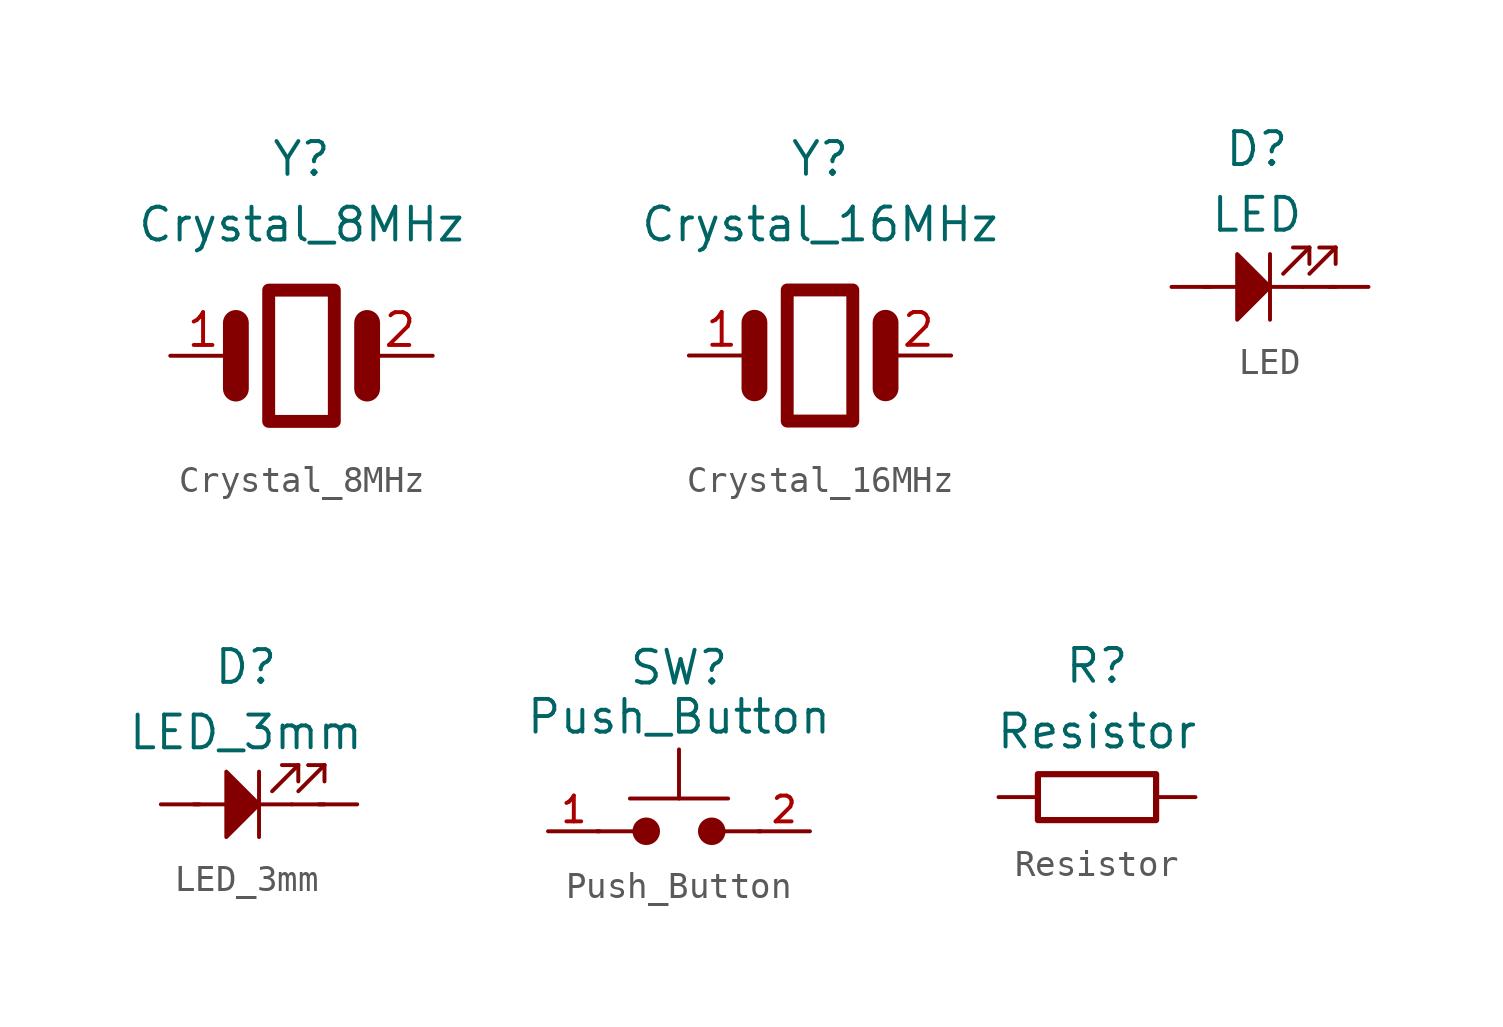
<source format=kicad_sym>
(kicad_symbol_lib
  (version 20211014)
  (generator kicad_symbol_editor)
  (symbol "Crystal_8MHz"
    (property "Reference" "Y"
      (at 0 7.62 0)
      (effects (font (size 1.27 1.27))))
    (property "Value" "Crystal_8MHz"
      (at 0 5.08 0)
      (effects (font (size 1.27 1.27))))
    (symbol "Crystal_8MHz_0_1"
      (rectangle (start -1.27 2.54) (end 1.27 -2.54) (stroke (width 0.5) (type default) (color 0 0 0 0)) (fill (type none)))
      (polyline (pts (xy -2.54 1.27) (xy -2.54 -1.27)) (stroke (width 1) (type default) (color 0 0 0 0)) (fill (type none)))
      (polyline (pts (xy 2.54 1.27) (xy 2.54 -1.27)) (stroke (width 1) (type default) (color 0 0 0 0)) (fill (type none))))
    (symbol "Crystal_8MHz_1_1"
      (pin passive line (at -5.08 0 0) (length 2.54) (name "" (effects (font (size 1.27 1.27)))) (number "1" (effects (font (size 1.27 1.27)))))
      (pin passive line (at 5.08 0 180) (length 2.54) (name "" (effects (font (size 1.27 1.27)))) (number "2" (effects (font (size 1.27 1.27)))))))
  (symbol "Crystal_16MHz"
    (property "Reference" "Y"
      (at 0 7.62 0)
      (effects (font (size 1.27 1.27))))
    (property "Value" "Crystal_16MHz"
      (at 0 5.08 0)
      (effects (font (size 1.27 1.27))))
    (symbol "Crystal_16MHz_0_1"
      (rectangle (start -1.27 2.54) (end 1.27 -2.54) (stroke (width 0.5) (type default) (color 0 0 0 0)) (fill (type none)))
      (polyline (pts (xy -2.54 1.27) (xy -2.54 -1.27)) (stroke (width 1) (type default) (color 0 0 0 0)) (fill (type none)))
      (polyline (pts (xy 2.54 1.27) (xy 2.54 -1.27)) (stroke (width 1) (type default) (color 0 0 0 0)) (fill (type none))))
    (symbol "Crystal_16MHz_1_1"
      (pin passive line (at -5.08 0 0) (length 2.54) (name "" (effects (font (size 1.27 1.27)))) (number "1" (effects (font (size 1.27 1.27)))))
      (pin passive line (at 5.08 0 180) (length 2.54) (name "" (effects (font (size 1.27 1.27)))) (number "2" (effects (font (size 1.27 1.27)))))))
  (symbol "LED"
    (property "Reference" "D"
      (at -0.508 5.334 0)
      (effects (font (size 1.27 1.27))))
    (property "Value" "LED"
      (at -0.508 2.794 0)
      (effects (font (size 1.27 1.27))))
    (symbol "LED_0_1"
      (polyline (pts (xy -1.27 0) (xy -2.54 0)) (stroke (width 0) (type default) (color 0 0 0 0)) (fill (type none)))
      (polyline (pts (xy 0 1.27) (xy 0 -1.27)) (stroke (width 0) (type default) (color 0 0 0 0)) (fill (type none)))
      (polyline (pts (xy 0.508 0.508) (xy 1.524 1.524)) (stroke (width 0) (type default) (color 0 0 0 0)) (fill (type none)))
      (polyline (pts (xy 1.27 0) (xy 2.54 0)) (stroke (width 0) (type default) (color 0 0 0 0)) (fill (type none)))
      (polyline (pts (xy 1.524 0.508) (xy 2.54 1.524)) (stroke (width 0) (type default) (color 0 0 0 0)) (fill (type none)))
      (polyline (pts (xy 1.524 1.524) (xy 0.889 1.524)) (stroke (width 0) (type default) (color 0 0 0 0)) (fill (type none)))
      (polyline (pts (xy 1.524 1.524) (xy 1.524 0.889)) (stroke (width 0) (type default) (color 0 0 0 0)) (fill (type none)))
      (polyline (pts (xy 2.54 1.524) (xy 1.905 1.524)) (stroke (width 0) (type default) (color 0 0 0 0)) (fill (type none)))
      (polyline (pts (xy 2.54 1.524) (xy 2.54 0.889)) (stroke (width 0) (type default) (color 0 0 0 0)) (fill (type none)))
      (polyline (pts (xy 0 0) (xy -1.27 -1.27) (xy -1.27 1.27) (xy 0 0) (xy 1.27 0)) (stroke (width 0) (type default) (color 0 0 0 0)) (fill (type outline))))
    (symbol "LED_1_1"
      (pin passive line (at 3.81 0 180) (length 1.5) (name "~" (effects (font (size 1.27 1.27)))) (number "1" (effects (font (size 0 0)))))
      (pin passive line (at -3.81 0 0) (length 1.5) (name "" (effects (font (size 1.27 1.27)))) (number "2" (effects (font (size 0 0)))))))
  (symbol "LED_3mm"
    (property "Reference" "D"
      (at -0.508 5.334 0)
      (effects (font (size 1.27 1.27))))
    (property "Value" "LED_3mm"
      (at -0.508 2.794 0)
      (effects (font (size 1.27 1.27))))
    (symbol "LED_3mm_0_1"
      (polyline (pts (xy -1.27 0) (xy -2.54 0)) (stroke (width 0) (type default) (color 0 0 0 0)) (fill (type none)))
      (polyline (pts (xy 0 1.27) (xy 0 -1.27)) (stroke (width 0) (type default) (color 0 0 0 0)) (fill (type none)))
      (polyline (pts (xy 0.508 0.508) (xy 1.524 1.524)) (stroke (width 0) (type default) (color 0 0 0 0)) (fill (type none)))
      (polyline (pts (xy 1.27 0) (xy 2.54 0)) (stroke (width 0) (type default) (color 0 0 0 0)) (fill (type none)))
      (polyline (pts (xy 1.524 0.508) (xy 2.54 1.524)) (stroke (width 0) (type default) (color 0 0 0 0)) (fill (type none)))
      (polyline (pts (xy 1.524 1.524) (xy 0.889 1.524)) (stroke (width 0) (type default) (color 0 0 0 0)) (fill (type none)))
      (polyline (pts (xy 1.524 1.524) (xy 1.524 0.889)) (stroke (width 0) (type default) (color 0 0 0 0)) (fill (type none)))
      (polyline (pts (xy 2.54 1.524) (xy 1.905 1.524)) (stroke (width 0) (type default) (color 0 0 0 0)) (fill (type none)))
      (polyline (pts (xy 2.54 1.524) (xy 2.54 0.889)) (stroke (width 0) (type default) (color 0 0 0 0)) (fill (type none)))
      (polyline (pts (xy 0 0) (xy -1.27 -1.27) (xy -1.27 1.27) (xy 0 0) (xy 1.27 0)) (stroke (width 0) (type default) (color 0 0 0 0)) (fill (type outline))))
    (symbol "LED_3mm_1_1"
      (pin passive line (at 3.81 0 180) (length 1.5) (name "~" (effects (font (size 1.27 1.27)))) (number "1" (effects (font (size 0 0)))))
      (pin passive line (at -3.81 0 0) (length 1.5) (name "" (effects (font (size 1.27 1.27)))) (number "2" (effects (font (size 0 0)))))))
  (symbol "Push_Button"
    (property "Reference" "SW"
      (at 0 6.35 0)
      (effects (font (size 1.27 1.27))))
    (property "Value" "Push_Button"
      (at 0 4.445 0)
      (effects (font (size 1.27 1.27))))
    (symbol "Push_Button_0_1"
      (circle (center -1.27 0) (radius 0.458) (stroke (width 0) (type default) (color 0 0 0 0)) (fill (type outline)))
      (polyline (pts (xy -3.175 0) (xy -1.778 0)) (stroke (width 0) (type default) (color 0 0 0 0)) (fill (type none)))
      (polyline (pts (xy -1.905 1.27) (xy 1.905 1.27)) (stroke (width 0) (type default) (color 0 0 0 0)) (fill (type none)))
      (polyline (pts (xy 0 1.27) (xy 0 3.175)) (stroke (width 0) (type default) (color 0 0 0 0)) (fill (type none)))
      (polyline (pts (xy 1.778 0) (xy 3.175 0)) (stroke (width 0) (type default) (color 0 0 0 0)) (fill (type none)))
      (circle (center 1.27 0) (radius 0.458) (stroke (width 0) (type default) (color 0 0 0 0)) (fill (type outline))))
    (symbol "Push_Button_1_1"
      (pin passive line (at -5.08 0 0) (length 2) (name "" (effects (font (size 1.27 1.27)))) (number "1" (effects (font (size 1 1)))))
      (pin passive line (at 5.08 0 180) (length 2) (name "" (effects (font (size 1.27 1.27)))) (number "2" (effects (font (size 1 1)))))))
  (symbol "Resistor"
    (property "Reference" "R"
      (at 0 5.08 0)
      (effects (font (size 1.27 1.27))))
    (property "Value" "Resistor"
      (at 0 2.54 0)
      (effects (font (size 1.27 1.27))))
    (symbol "Resistor_0_1"
      (rectangle (start -2.286 0.889) (end 2.286 -0.889) (stroke (width 0.24) (type default) (color 0 0 0 0)) (fill (type none))))
    (symbol "Resistor_1_1"
      (pin passive line (at -3.81 0 0) (length 1.5) (name "" (effects (font (size 1.27 1.27)))) (number "1" (effects (font (size 0 0)))))
      (pin passive line (at 3.81 0 180) (length 1.5) (name "~" (effects (font (size 1.27 1.27)))) (number "2" (effects (font (size 0 0))))))))
</source>
